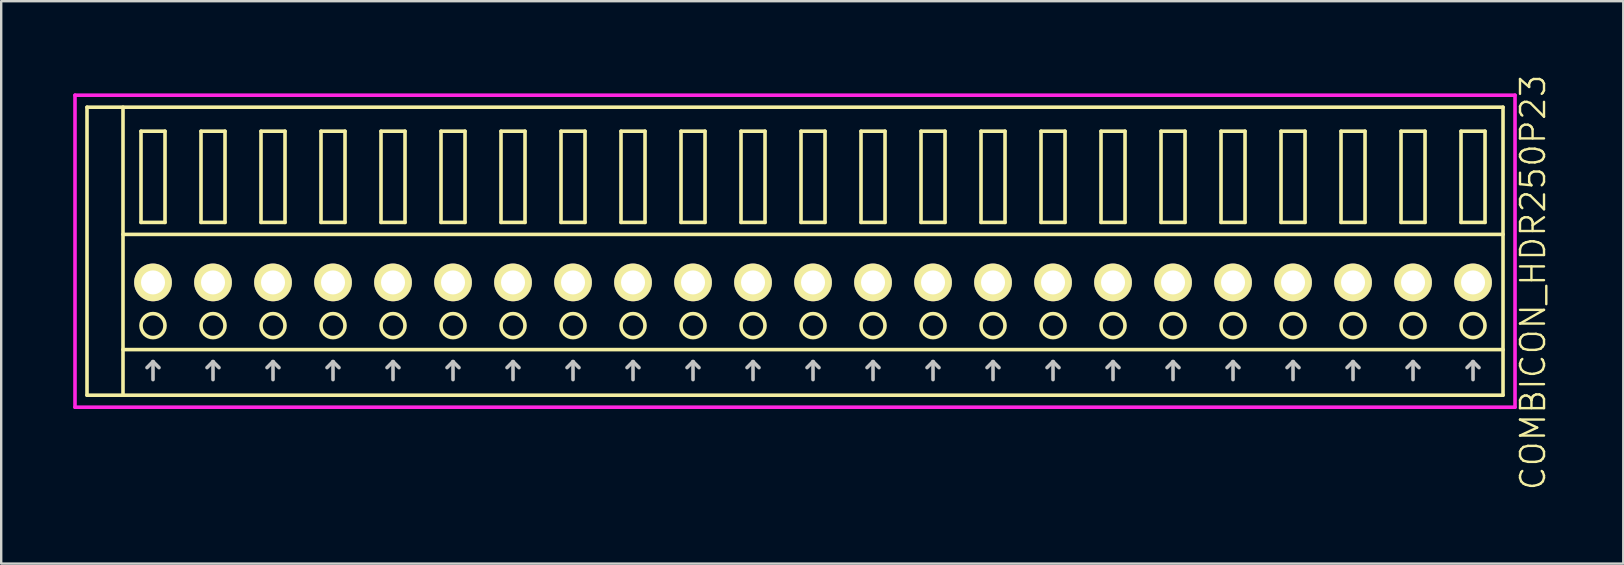
<source format=kicad_pcb>
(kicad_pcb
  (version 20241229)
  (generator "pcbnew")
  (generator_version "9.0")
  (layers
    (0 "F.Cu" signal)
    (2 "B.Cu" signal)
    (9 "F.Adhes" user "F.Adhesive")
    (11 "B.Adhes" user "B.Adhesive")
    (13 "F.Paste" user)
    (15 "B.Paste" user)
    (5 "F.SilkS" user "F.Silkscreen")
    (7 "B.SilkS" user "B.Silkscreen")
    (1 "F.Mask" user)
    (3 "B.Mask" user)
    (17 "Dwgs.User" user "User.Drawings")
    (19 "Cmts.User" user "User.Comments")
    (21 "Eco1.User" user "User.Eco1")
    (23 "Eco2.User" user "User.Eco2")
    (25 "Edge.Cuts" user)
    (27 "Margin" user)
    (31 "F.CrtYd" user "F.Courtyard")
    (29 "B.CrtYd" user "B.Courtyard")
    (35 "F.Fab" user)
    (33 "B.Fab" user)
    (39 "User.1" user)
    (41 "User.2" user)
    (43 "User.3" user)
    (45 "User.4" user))
  (footprint "COMBICON_HDR250P23"
    (layer "F.Cu")
    (at 30.825 8.717)
    (property "Reference" "COMBICON_HDR250P23" (at 30 0 90) (layer "F.SilkS") (effects (font (size 1 1) (thickness 0.1))))
    (attr through_hole)
    (fp_line (start -30.25 -7.3) (end -30.25 4.7) (stroke (width 0.15) (type solid)) (layer "F.SilkS"))
    (fp_line (start -30.25 4.7) (end 28.75 4.7) (stroke (width 0.15) (type solid)) (layer "F.SilkS"))
    (fp_line (start -28.75 -2) (end 28.75 -2) (stroke (width 0.15) (type solid)) (layer "F.SilkS"))
    (fp_line (start -28.75 2.8) (end 28.75 2.8) (stroke (width 0.15) (type solid)) (layer "F.SilkS"))
    (fp_line (start -28.75 4.7) (end -28.75 -7.3) (stroke (width 0.15) (type solid)) (layer "F.SilkS"))
    (fp_line (start -28 -6.3) (end -28 -2.5) (stroke (width 0.15) (type solid)) (layer "F.SilkS"))
    (fp_line (start -28 -2.5) (end -27 -2.5) (stroke (width 0.15) (type solid)) (layer "F.SilkS"))
    (fp_line (start -27 -6.3) (end -28 -6.3) (stroke (width 0.15) (type solid)) (layer "F.SilkS"))
    (fp_line (start -27 -2.5) (end -27 -6.3) (stroke (width 0.15) (type solid)) (layer "F.SilkS"))
    (fp_line (start -25.5 -6.3) (end -25.5 -2.5) (stroke (width 0.15) (type solid)) (layer "F.SilkS"))
    (fp_line (start -25.5 -2.5) (end -24.5 -2.5) (stroke (width 0.15) (type solid)) (layer "F.SilkS"))
    (fp_line (start -24.5 -6.3) (end -25.5 -6.3) (stroke (width 0.15) (type solid)) (layer "F.SilkS"))
    (fp_line (start -24.5 -2.5) (end -24.5 -6.3) (stroke (width 0.15) (type solid)) (layer "F.SilkS"))
    (fp_line (start -23 -6.3) (end -23 -2.5) (stroke (width 0.15) (type solid)) (layer "F.SilkS"))
    (fp_line (start -23 -2.5) (end -22 -2.5) (stroke (width 0.15) (type solid)) (layer "F.SilkS"))
    (fp_line (start -22 -6.3) (end -23 -6.3) (stroke (width 0.15) (type solid)) (layer "F.SilkS"))
    (fp_line (start -22 -2.5) (end -22 -6.3) (stroke (width 0.15) (type solid)) (layer "F.SilkS"))
    (fp_line (start -20.5 -6.3) (end -20.5 -2.5) (stroke (width 0.15) (type solid)) (layer "F.SilkS"))
    (fp_line (start -20.5 -2.5) (end -19.5 -2.5) (stroke (width 0.15) (type solid)) (layer "F.SilkS"))
    (fp_line (start -19.5 -6.3) (end -20.5 -6.3) (stroke (width 0.15) (type solid)) (layer "F.SilkS"))
    (fp_line (start -19.5 -2.5) (end -19.5 -6.3) (stroke (width 0.15) (type solid)) (layer "F.SilkS"))
    (fp_line (start -18 -6.3) (end -18 -2.5) (stroke (width 0.15) (type solid)) (layer "F.SilkS"))
    (fp_line (start -18 -2.5) (end -17 -2.5) (stroke (width 0.15) (type solid)) (layer "F.SilkS"))
    (fp_line (start -17 -6.3) (end -18 -6.3) (stroke (width 0.15) (type solid)) (layer "F.SilkS"))
    (fp_line (start -17 -2.5) (end -17 -6.3) (stroke (width 0.15) (type solid)) (layer "F.SilkS"))
    (fp_line (start -15.5 -6.3) (end -15.5 -2.5) (stroke (width 0.15) (type solid)) (layer "F.SilkS"))
    (fp_line (start -15.5 -2.5) (end -14.5 -2.5) (stroke (width 0.15) (type solid)) (layer "F.SilkS"))
    (fp_line (start -14.5 -6.3) (end -15.5 -6.3) (stroke (width 0.15) (type solid)) (layer "F.SilkS"))
    (fp_line (start -14.5 -2.5) (end -14.5 -6.3) (stroke (width 0.15) (type solid)) (layer "F.SilkS"))
    (fp_line (start -13 -6.3) (end -13 -2.5) (stroke (width 0.15) (type solid)) (layer "F.SilkS"))
    (fp_line (start -13 -2.5) (end -12 -2.5) (stroke (width 0.15) (type solid)) (layer "F.SilkS"))
    (fp_line (start -12 -6.3) (end -13 -6.3) (stroke (width 0.15) (type solid)) (layer "F.SilkS"))
    (fp_line (start -12 -2.5) (end -12 -6.3) (stroke (width 0.15) (type solid)) (layer "F.SilkS"))
    (fp_line (start -10.5 -6.3) (end -10.5 -2.5) (stroke (width 0.15) (type solid)) (layer "F.SilkS"))
    (fp_line (start -10.5 -2.5) (end -9.5 -2.5) (stroke (width 0.15) (type solid)) (layer "F.SilkS"))
    (fp_line (start -9.5 -6.3) (end -10.5 -6.3) (stroke (width 0.15) (type solid)) (layer "F.SilkS"))
    (fp_line (start -9.5 -2.5) (end -9.5 -6.3) (stroke (width 0.15) (type solid)) (layer "F.SilkS"))
    (fp_line (start -8 -6.3) (end -8 -2.5) (stroke (width 0.15) (type solid)) (layer "F.SilkS"))
    (fp_line (start -8 -2.5) (end -7 -2.5) (stroke (width 0.15) (type solid)) (layer "F.SilkS"))
    (fp_line (start -7 -6.3) (end -8 -6.3) (stroke (width 0.15) (type solid)) (layer "F.SilkS"))
    (fp_line (start -7 -2.5) (end -7 -6.3) (stroke (width 0.15) (type solid)) (layer "F.SilkS"))
    (fp_line (start -5.5 -6.3) (end -5.5 -2.5) (stroke (width 0.15) (type solid)) (layer "F.SilkS"))
    (fp_line (start -5.5 -2.5) (end -4.5 -2.5) (stroke (width 0.15) (type solid)) (layer "F.SilkS"))
    (fp_line (start -4.5 -6.3) (end -5.5 -6.3) (stroke (width 0.15) (type solid)) (layer "F.SilkS"))
    (fp_line (start -4.5 -2.5) (end -4.5 -6.3) (stroke (width 0.15) (type solid)) (layer "F.SilkS"))
    (fp_line (start -3 -6.3) (end -3 -2.5) (stroke (width 0.15) (type solid)) (layer "F.SilkS"))
    (fp_line (start -3 -2.5) (end -2 -2.5) (stroke (width 0.15) (type solid)) (layer "F.SilkS"))
    (fp_line (start -2 -6.3) (end -3 -6.3) (stroke (width 0.15) (type solid)) (layer "F.SilkS"))
    (fp_line (start -2 -2.5) (end -2 -6.3) (stroke (width 0.15) (type solid)) (layer "F.SilkS"))
    (fp_line (start -0.5 -6.3) (end -0.5 -2.5) (stroke (width 0.15) (type solid)) (layer "F.SilkS"))
    (fp_line (start -0.5 -2.5) (end 0.5 -2.5) (stroke (width 0.15) (type solid)) (layer "F.SilkS"))
    (fp_line (start 0.5 -6.3) (end -0.5 -6.3) (stroke (width 0.15) (type solid)) (layer "F.SilkS"))
    (fp_line (start 0.5 -2.5) (end 0.5 -6.3) (stroke (width 0.15) (type solid)) (layer "F.SilkS"))
    (fp_line (start 2 -6.3) (end 2 -2.5) (stroke (width 0.15) (type solid)) (layer "F.SilkS"))
    (fp_line (start 2 -2.5) (end 3 -2.5) (stroke (width 0.15) (type solid)) (layer "F.SilkS"))
    (fp_line (start 3 -6.3) (end 2 -6.3) (stroke (width 0.15) (type solid)) (layer "F.SilkS"))
    (fp_line (start 3 -2.5) (end 3 -6.3) (stroke (width 0.15) (type solid)) (layer "F.SilkS"))
    (fp_line (start 4.5 -6.3) (end 4.5 -2.5) (stroke (width 0.15) (type solid)) (layer "F.SilkS"))
    (fp_line (start 4.5 -2.5) (end 5.5 -2.5) (stroke (width 0.15) (type solid)) (layer "F.SilkS"))
    (fp_line (start 5.5 -6.3) (end 4.5 -6.3) (stroke (width 0.15) (type solid)) (layer "F.SilkS"))
    (fp_line (start 5.5 -2.5) (end 5.5 -6.3) (stroke (width 0.15) (type solid)) (layer "F.SilkS"))
    (fp_line (start 7 -6.3) (end 7 -2.5) (stroke (width 0.15) (type solid)) (layer "F.SilkS"))
    (fp_line (start 7 -2.5) (end 8 -2.5) (stroke (width 0.15) (type solid)) (layer "F.SilkS"))
    (fp_line (start 8 -6.3) (end 7 -6.3) (stroke (width 0.15) (type solid)) (layer "F.SilkS"))
    (fp_line (start 8 -2.5) (end 8 -6.3) (stroke (width 0.15) (type solid)) (layer "F.SilkS"))
    (fp_line (start 9.5 -6.3) (end 9.5 -2.5) (stroke (width 0.15) (type solid)) (layer "F.SilkS"))
    (fp_line (start 9.5 -2.5) (end 10.5 -2.5) (stroke (width 0.15) (type solid)) (layer "F.SilkS"))
    (fp_line (start 10.5 -6.3) (end 9.5 -6.3) (stroke (width 0.15) (type solid)) (layer "F.SilkS"))
    (fp_line (start 10.5 -2.5) (end 10.5 -6.3) (stroke (width 0.15) (type solid)) (layer "F.SilkS"))
    (fp_line (start 12 -6.3) (end 12 -2.5) (stroke (width 0.15) (type solid)) (layer "F.SilkS"))
    (fp_line (start 12 -2.5) (end 13 -2.5) (stroke (width 0.15) (type solid)) (layer "F.SilkS"))
    (fp_line (start 13 -6.3) (end 12 -6.3) (stroke (width 0.15) (type solid)) (layer "F.SilkS"))
    (fp_line (start 13 -2.5) (end 13 -6.3) (stroke (width 0.15) (type solid)) (layer "F.SilkS"))
    (fp_line (start 14.5 -6.3) (end 14.5 -2.5) (stroke (width 0.15) (type solid)) (layer "F.SilkS"))
    (fp_line (start 14.5 -2.5) (end 15.5 -2.5) (stroke (width 0.15) (type solid)) (layer "F.SilkS"))
    (fp_line (start 15.5 -6.3) (end 14.5 -6.3) (stroke (width 0.15) (type solid)) (layer "F.SilkS"))
    (fp_line (start 15.5 -2.5) (end 15.5 -6.3) (stroke (width 0.15) (type solid)) (layer "F.SilkS"))
    (fp_line (start 17 -6.3) (end 17 -2.5) (stroke (width 0.15) (type solid)) (layer "F.SilkS"))
    (fp_line (start 17 -2.5) (end 18 -2.5) (stroke (width 0.15) (type solid)) (layer "F.SilkS"))
    (fp_line (start 18 -6.3) (end 17 -6.3) (stroke (width 0.15) (type solid)) (layer "F.SilkS"))
    (fp_line (start 18 -2.5) (end 18 -6.3) (stroke (width 0.15) (type solid)) (layer "F.SilkS"))
    (fp_line (start 19.5 -6.3) (end 19.5 -2.5) (stroke (width 0.15) (type solid)) (layer "F.SilkS"))
    (fp_line (start 19.5 -2.5) (end 20.5 -2.5) (stroke (width 0.15) (type solid)) (layer "F.SilkS"))
    (fp_line (start 20.5 -6.3) (end 19.5 -6.3) (stroke (width 0.15) (type solid)) (layer "F.SilkS"))
    (fp_line (start 20.5 -2.5) (end 20.5 -6.3) (stroke (width 0.15) (type solid)) (layer "F.SilkS"))
    (fp_line (start 22 -6.3) (end 22 -2.5) (stroke (width 0.15) (type solid)) (layer "F.SilkS"))
    (fp_line (start 22 -2.5) (end 23 -2.5) (stroke (width 0.15) (type solid)) (layer "F.SilkS"))
    (fp_line (start 23 -6.3) (end 22 -6.3) (stroke (width 0.15) (type solid)) (layer "F.SilkS"))
    (fp_line (start 23 -2.5) (end 23 -6.3) (stroke (width 0.15) (type solid)) (layer "F.SilkS"))
    (fp_line (start 24.5 -6.3) (end 24.5 -2.5) (stroke (width 0.15) (type solid)) (layer "F.SilkS"))
    (fp_line (start 24.5 -2.5) (end 25.5 -2.5) (stroke (width 0.15) (type solid)) (layer "F.SilkS"))
    (fp_line (start 25.5 -6.3) (end 24.5 -6.3) (stroke (width 0.15) (type solid)) (layer "F.SilkS"))
    (fp_line (start 25.5 -2.5) (end 25.5 -6.3) (stroke (width 0.15) (type solid)) (layer "F.SilkS"))
    (fp_line (start 27 -6.3) (end 27 -2.5) (stroke (width 0.15) (type solid)) (layer "F.SilkS"))
    (fp_line (start 27 -2.5) (end 28 -2.5) (stroke (width 0.15) (type solid)) (layer "F.SilkS"))
    (fp_line (start 28 -6.3) (end 27 -6.3) (stroke (width 0.15) (type solid)) (layer "F.SilkS"))
    (fp_line (start 28 -2.5) (end 28 -6.3) (stroke (width 0.15) (type solid)) (layer "F.SilkS"))
    (fp_line (start 28.75 -7.3) (end -30.25 -7.3) (stroke (width 0.15) (type solid)) (layer "F.SilkS"))
    (fp_line (start 28.75 4.7) (end 28.75 -7.3) (stroke (width 0.15) (type solid)) (layer "F.SilkS"))
    (fp_circle (center -27.5 1.8) (end -27 1.8) (stroke (width 0.15) (type solid)) (fill no) (layer "F.SilkS"))
    (fp_circle (center -25 1.8) (end -24.5 1.8) (stroke (width 0.15) (type solid)) (fill no) (layer "F.SilkS"))
    (fp_circle (center -22.5 1.8) (end -22 1.8) (stroke (width 0.15) (type solid)) (fill no) (layer "F.SilkS"))
    (fp_circle (center -20 1.8) (end -19.5 1.8) (stroke (width 0.15) (type solid)) (fill no) (layer "F.SilkS"))
    (fp_circle (center -17.5 1.8) (end -17 1.8) (stroke (width 0.15) (type solid)) (fill no) (layer "F.SilkS"))
    (fp_circle (center -15 1.8) (end -14.5 1.8) (stroke (width 0.15) (type solid)) (fill no) (layer "F.SilkS"))
    (fp_circle (center -12.5 1.8) (end -12 1.8) (stroke (width 0.15) (type solid)) (fill no) (layer "F.SilkS"))
    (fp_circle (center -10 1.8) (end -9.5 1.8) (stroke (width 0.15) (type solid)) (fill no) (layer "F.SilkS"))
    (fp_circle (center -7.5 1.8) (end -7 1.8) (stroke (width 0.15) (type solid)) (fill no) (layer "F.SilkS"))
    (fp_circle (center -5 1.8) (end -4.5 1.8) (stroke (width 0.15) (type solid)) (fill no) (layer "F.SilkS"))
    (fp_circle (center -2.5 1.8) (end -2 1.8) (stroke (width 0.15) (type solid)) (fill no) (layer "F.SilkS"))
    (fp_circle (center 0 1.8) (end 0.5 1.8) (stroke (width 0.15) (type solid)) (fill no) (layer "F.SilkS"))
    (fp_circle (center 2.5 1.8) (end 3 1.8) (stroke (width 0.15) (type solid)) (fill no) (layer "F.SilkS"))
    (fp_circle (center 5 1.8) (end 5.5 1.8) (stroke (width 0.15) (type solid)) (fill no) (layer "F.SilkS"))
    (fp_circle (center 7.5 1.8) (end 8 1.8) (stroke (width 0.15) (type solid)) (fill no) (layer "F.SilkS"))
    (fp_circle (center 10 1.8) (end 10.5 1.8) (stroke (width 0.15) (type solid)) (fill no) (layer "F.SilkS"))
    (fp_circle (center 12.5 1.8) (end 13 1.8) (stroke (width 0.15) (type solid)) (fill no) (layer "F.SilkS"))
    (fp_circle (center 15 1.8) (end 15.5 1.8) (stroke (width 0.15) (type solid)) (fill no) (layer "F.SilkS"))
    (fp_circle (center 17.5 1.8) (end 18 1.8) (stroke (width 0.15) (type solid)) (fill no) (layer "F.SilkS"))
    (fp_circle (center 20 1.8) (end 20.5 1.8) (stroke (width 0.15) (type solid)) (fill no) (layer "F.SilkS"))
    (fp_circle (center 22.5 1.8) (end 23 1.8) (stroke (width 0.15) (type solid)) (fill no) (layer "F.SilkS"))
    (fp_circle (center 25 1.8) (end 25.5 1.8) (stroke (width 0.15) (type solid)) (fill no) (layer "F.SilkS"))
    (fp_circle (center 27.5 1.8) (end 28 1.8) (stroke (width 0.15) (type solid)) (fill no) (layer "F.SilkS"))
    (fp_line (start -27.75 3.55) (end -27.5 3.3) (stroke (width 0.15) (type solid)) (layer "Dwgs.User"))
    (fp_line (start -27.5 4.05) (end -27.5 3.3) (stroke (width 0.15) (type solid)) (layer "Dwgs.User"))
    (fp_line (start -27.25 3.55) (end -27.5 3.3) (stroke (width 0.15) (type solid)) (layer "Dwgs.User"))
    (fp_line (start -25.25 3.55) (end -25 3.3) (stroke (width 0.15) (type solid)) (layer "Dwgs.User"))
    (fp_line (start -25 4.05) (end -25 3.3) (stroke (width 0.15) (type solid)) (layer "Dwgs.User"))
    (fp_line (start -24.75 3.55) (end -25 3.3) (stroke (width 0.15) (type solid)) (layer "Dwgs.User"))
    (fp_line (start -22.75 3.55) (end -22.5 3.3) (stroke (width 0.15) (type solid)) (layer "Dwgs.User"))
    (fp_line (start -22.5 4.05) (end -22.5 3.3) (stroke (width 0.15) (type solid)) (layer "Dwgs.User"))
    (fp_line (start -22.25 3.55) (end -22.5 3.3) (stroke (width 0.15) (type solid)) (layer "Dwgs.User"))
    (fp_line (start -20.25 3.55) (end -20 3.3) (stroke (width 0.15) (type solid)) (layer "Dwgs.User"))
    (fp_line (start -20 4.05) (end -20 3.3) (stroke (width 0.15) (type solid)) (layer "Dwgs.User"))
    (fp_line (start -19.75 3.55) (end -20 3.3) (stroke (width 0.15) (type solid)) (layer "Dwgs.User"))
    (fp_line (start -17.75 3.55) (end -17.5 3.3) (stroke (width 0.15) (type solid)) (layer "Dwgs.User"))
    (fp_line (start -17.5 4.05) (end -17.5 3.3) (stroke (width 0.15) (type solid)) (layer "Dwgs.User"))
    (fp_line (start -17.25 3.55) (end -17.5 3.3) (stroke (width 0.15) (type solid)) (layer "Dwgs.User"))
    (fp_line (start -15.25 3.55) (end -15 3.3) (stroke (width 0.15) (type solid)) (layer "Dwgs.User"))
    (fp_line (start -15 4.05) (end -15 3.3) (stroke (width 0.15) (type solid)) (layer "Dwgs.User"))
    (fp_line (start -14.75 3.55) (end -15 3.3) (stroke (width 0.15) (type solid)) (layer "Dwgs.User"))
    (fp_line (start -12.75 3.55) (end -12.5 3.3) (stroke (width 0.15) (type solid)) (layer "Dwgs.User"))
    (fp_line (start -12.5 4.05) (end -12.5 3.3) (stroke (width 0.15) (type solid)) (layer "Dwgs.User"))
    (fp_line (start -12.25 3.55) (end -12.5 3.3) (stroke (width 0.15) (type solid)) (layer "Dwgs.User"))
    (fp_line (start -10.25 3.55) (end -10 3.3) (stroke (width 0.15) (type solid)) (layer "Dwgs.User"))
    (fp_line (start -10 4.05) (end -10 3.3) (stroke (width 0.15) (type solid)) (layer "Dwgs.User"))
    (fp_line (start -9.75 3.55) (end -10 3.3) (stroke (width 0.15) (type solid)) (layer "Dwgs.User"))
    (fp_line (start -7.75 3.55) (end -7.5 3.3) (stroke (width 0.15) (type solid)) (layer "Dwgs.User"))
    (fp_line (start -7.5 4.05) (end -7.5 3.3) (stroke (width 0.15) (type solid)) (layer "Dwgs.User"))
    (fp_line (start -7.25 3.55) (end -7.5 3.3) (stroke (width 0.15) (type solid)) (layer "Dwgs.User"))
    (fp_line (start -5.25 3.55) (end -5 3.3) (stroke (width 0.15) (type solid)) (layer "Dwgs.User"))
    (fp_line (start -5 4.05) (end -5 3.3) (stroke (width 0.15) (type solid)) (layer "Dwgs.User"))
    (fp_line (start -4.75 3.55) (end -5 3.3) (stroke (width 0.15) (type solid)) (layer "Dwgs.User"))
    (fp_line (start -2.75 3.55) (end -2.5 3.3) (stroke (width 0.15) (type solid)) (layer "Dwgs.User"))
    (fp_line (start -2.5 4.05) (end -2.5 3.3) (stroke (width 0.15) (type solid)) (layer "Dwgs.User"))
    (fp_line (start -2.25 3.55) (end -2.5 3.3) (stroke (width 0.15) (type solid)) (layer "Dwgs.User"))
    (fp_line (start -0.25 3.55) (end 0 3.3) (stroke (width 0.15) (type solid)) (layer "Dwgs.User"))
    (fp_line (start 0 4.05) (end 0 3.3) (stroke (width 0.15) (type solid)) (layer "Dwgs.User"))
    (fp_line (start 0.25 3.55) (end 0 3.3) (stroke (width 0.15) (type solid)) (layer "Dwgs.User"))
    (fp_line (start 2.25 3.55) (end 2.5 3.3) (stroke (width 0.15) (type solid)) (layer "Dwgs.User"))
    (fp_line (start 2.5 4.05) (end 2.5 3.3) (stroke (width 0.15) (type solid)) (layer "Dwgs.User"))
    (fp_line (start 2.75 3.55) (end 2.5 3.3) (stroke (width 0.15) (type solid)) (layer "Dwgs.User"))
    (fp_line (start 4.75 3.55) (end 5 3.3) (stroke (width 0.15) (type solid)) (layer "Dwgs.User"))
    (fp_line (start 5 4.05) (end 5 3.3) (stroke (width 0.15) (type solid)) (layer "Dwgs.User"))
    (fp_line (start 5.25 3.55) (end 5 3.3) (stroke (width 0.15) (type solid)) (layer "Dwgs.User"))
    (fp_line (start 7.25 3.55) (end 7.5 3.3) (stroke (width 0.15) (type solid)) (layer "Dwgs.User"))
    (fp_line (start 7.5 4.05) (end 7.5 3.3) (stroke (width 0.15) (type solid)) (layer "Dwgs.User"))
    (fp_line (start 7.75 3.55) (end 7.5 3.3) (stroke (width 0.15) (type solid)) (layer "Dwgs.User"))
    (fp_line (start 9.75 3.55) (end 10 3.3) (stroke (width 0.15) (type solid)) (layer "Dwgs.User"))
    (fp_line (start 10 4.05) (end 10 3.3) (stroke (width 0.15) (type solid)) (layer "Dwgs.User"))
    (fp_line (start 10.25 3.55) (end 10 3.3) (stroke (width 0.15) (type solid)) (layer "Dwgs.User"))
    (fp_line (start 12.25 3.55) (end 12.5 3.3) (stroke (width 0.15) (type solid)) (layer "Dwgs.User"))
    (fp_line (start 12.5 4.05) (end 12.5 3.3) (stroke (width 0.15) (type solid)) (layer "Dwgs.User"))
    (fp_line (start 12.75 3.55) (end 12.5 3.3) (stroke (width 0.15) (type solid)) (layer "Dwgs.User"))
    (fp_line (start 14.75 3.55) (end 15 3.3) (stroke (width 0.15) (type solid)) (layer "Dwgs.User"))
    (fp_line (start 15 4.05) (end 15 3.3) (stroke (width 0.15) (type solid)) (layer "Dwgs.User"))
    (fp_line (start 15.25 3.55) (end 15 3.3) (stroke (width 0.15) (type solid)) (layer "Dwgs.User"))
    (fp_line (start 17.25 3.55) (end 17.5 3.3) (stroke (width 0.15) (type solid)) (layer "Dwgs.User"))
    (fp_line (start 17.5 4.05) (end 17.5 3.3) (stroke (width 0.15) (type solid)) (layer "Dwgs.User"))
    (fp_line (start 17.75 3.55) (end 17.5 3.3) (stroke (width 0.15) (type solid)) (layer "Dwgs.User"))
    (fp_line (start 19.75 3.55) (end 20 3.3) (stroke (width 0.15) (type solid)) (layer "Dwgs.User"))
    (fp_line (start 20 4.05) (end 20 3.3) (stroke (width 0.15) (type solid)) (layer "Dwgs.User"))
    (fp_line (start 20.25 3.55) (end 20 3.3) (stroke (width 0.15) (type solid)) (layer "Dwgs.User"))
    (fp_line (start 22.25 3.55) (end 22.5 3.3) (stroke (width 0.15) (type solid)) (layer "Dwgs.User"))
    (fp_line (start 22.5 4.05) (end 22.5 3.3) (stroke (width 0.15) (type solid)) (layer "Dwgs.User"))
    (fp_line (start 22.75 3.55) (end 22.5 3.3) (stroke (width 0.15) (type solid)) (layer "Dwgs.User"))
    (fp_line (start 24.75 3.55) (end 25 3.3) (stroke (width 0.15) (type solid)) (layer "Dwgs.User"))
    (fp_line (start 25 4.05) (end 25 3.3) (stroke (width 0.15) (type solid)) (layer "Dwgs.User"))
    (fp_line (start 25.25 3.55) (end 25 3.3) (stroke (width 0.15) (type solid)) (layer "Dwgs.User"))
    (fp_line (start 27.25 3.55) (end 27.5 3.3) (stroke (width 0.15) (type solid)) (layer "Dwgs.User"))
    (fp_line (start 27.5 4.05) (end 27.5 3.3) (stroke (width 0.15) (type solid)) (layer "Dwgs.User"))
    (fp_line (start 27.75 3.55) (end 27.5 3.3) (stroke (width 0.15) (type solid)) (layer "Dwgs.User"))
    (fp_line (start -30.75 -7.8) (end -30.75 5.2) (stroke (width 0.15) (type solid)) (layer "F.CrtYd"))
    (fp_line (start -30.75 5.2) (end 29.25 5.2) (stroke (width 0.15) (type solid)) (layer "F.CrtYd"))
    (fp_line (start 29.25 -7.8) (end -30.75 -7.8) (stroke (width 0.15) (type solid)) (layer "F.CrtYd"))
    (fp_line (start 29.25 5.2) (end 29.25 -7.8) (stroke (width 0.15) (type solid)) (layer "F.CrtYd"))
    (pad "1" thru_hole oval (at -27.5 0) (size 1.57 1.57) (drill 1) (layers "*.Cu" "*.Mask" "F.SilkS"))
    (pad "2" thru_hole oval (at -25 0) (size 1.57 1.57) (drill 1) (layers "*.Cu" "*.Mask" "F.SilkS"))
    (pad "3" thru_hole oval (at -22.5 0) (size 1.57 1.57) (drill 1) (layers "*.Cu" "*.Mask" "F.SilkS"))
    (pad "4" thru_hole oval (at -20 0) (size 1.57 1.57) (drill 1) (layers "*.Cu" "*.Mask" "F.SilkS"))
    (pad "5" thru_hole oval (at -17.5 0) (size 1.57 1.57) (drill 1) (layers "*.Cu" "*.Mask" "F.SilkS"))
    (pad "6" thru_hole oval (at -15 0) (size 1.57 1.57) (drill 1) (layers "*.Cu" "*.Mask" "F.SilkS"))
    (pad "7" thru_hole oval (at -12.5 0) (size 1.57 1.57) (drill 1) (layers "*.Cu" "*.Mask" "F.SilkS"))
    (pad "8" thru_hole oval (at -10 0) (size 1.57 1.57) (drill 1) (layers "*.Cu" "*.Mask" "F.SilkS"))
    (pad "9" thru_hole oval (at -7.5 0) (size 1.57 1.57) (drill 1) (layers "*.Cu" "*.Mask" "F.SilkS"))
    (pad "10" thru_hole oval (at -5 0) (size 1.57 1.57) (drill 1) (layers "*.Cu" "*.Mask" "F.SilkS"))
    (pad "11" thru_hole oval (at -2.5 0) (size 1.57 1.57) (drill 1) (layers "*.Cu" "*.Mask" "F.SilkS"))
    (pad "12" thru_hole oval (at 0 0) (size 1.57 1.57) (drill 1) (layers "*.Cu" "*.Mask" "F.SilkS"))
    (pad "13" thru_hole oval (at 2.5 0) (size 1.57 1.57) (drill 1) (layers "*.Cu" "*.Mask" "F.SilkS"))
    (pad "14" thru_hole oval (at 5 0) (size 1.57 1.57) (drill 1) (layers "*.Cu" "*.Mask" "F.SilkS"))
    (pad "15" thru_hole oval (at 7.5 0) (size 1.57 1.57) (drill 1) (layers "*.Cu" "*.Mask" "F.SilkS"))
    (pad "16" thru_hole oval (at 10 0) (size 1.57 1.57) (drill 1) (layers "*.Cu" "*.Mask" "F.SilkS"))
    (pad "17" thru_hole oval (at 12.5 0) (size 1.57 1.57) (drill 1) (layers "*.Cu" "*.Mask" "F.SilkS"))
    (pad "18" thru_hole oval (at 15 0) (size 1.57 1.57) (drill 1) (layers "*.Cu" "*.Mask" "F.SilkS"))
    (pad "19" thru_hole oval (at 17.5 0) (size 1.57 1.57) (drill 1) (layers "*.Cu" "*.Mask" "F.SilkS"))
    (pad "20" thru_hole oval (at 20 0) (size 1.57 1.57) (drill 1) (layers "*.Cu" "*.Mask" "F.SilkS"))
    (pad "21" thru_hole oval (at 22.5 0) (size 1.57 1.57) (drill 1) (layers "*.Cu" "*.Mask" "F.SilkS"))
    (pad "22" thru_hole oval (at 25 0) (size 1.57 1.57) (drill 1) (layers "*.Cu" "*.Mask" "F.SilkS"))
    (pad "23" thru_hole oval (at 27.5 0) (size 1.57 1.57) (drill 1) (layers "*.Cu" "*.Mask" "F.SilkS")))
  (gr_rect
    (start -3 -3)
    (end 64.585 20.433)
    (stroke (width 0.1) (type default))
    (fill no)
    (layer "Edge.Cuts")))
</source>
